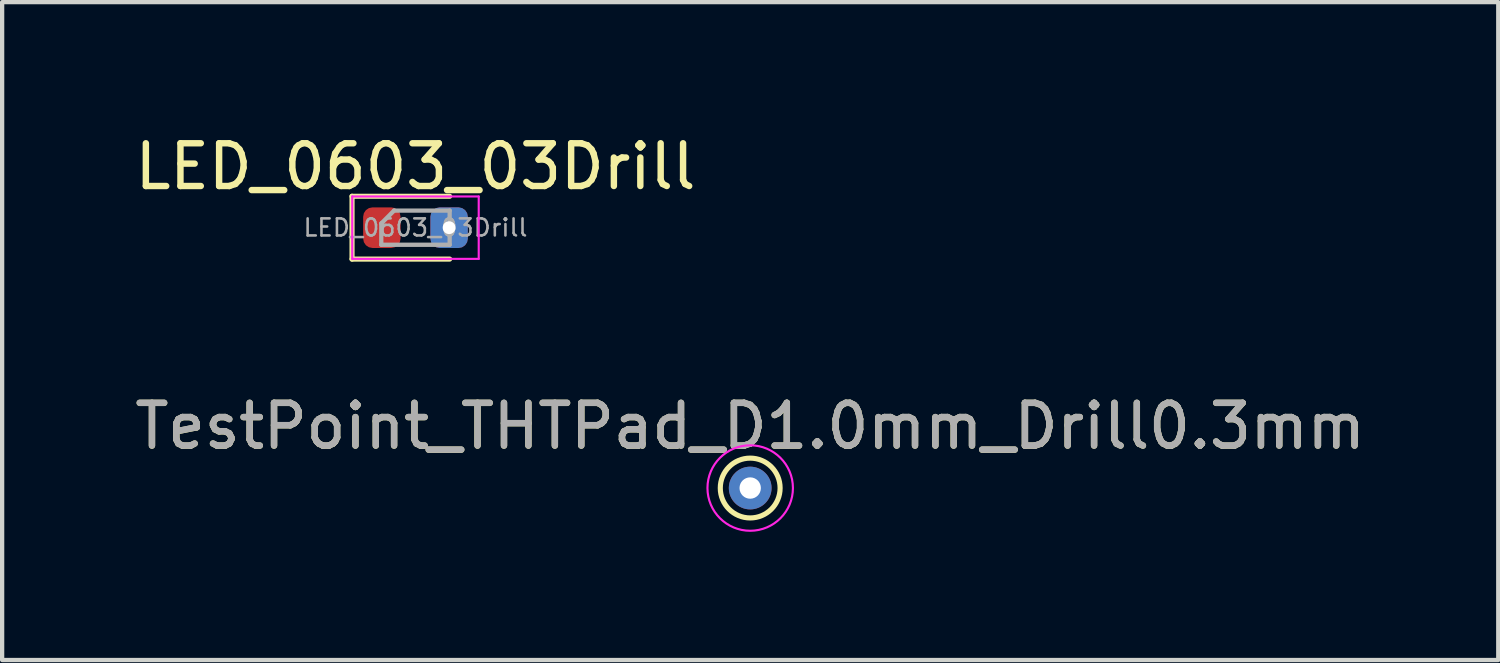
<source format=kicad_pcb>
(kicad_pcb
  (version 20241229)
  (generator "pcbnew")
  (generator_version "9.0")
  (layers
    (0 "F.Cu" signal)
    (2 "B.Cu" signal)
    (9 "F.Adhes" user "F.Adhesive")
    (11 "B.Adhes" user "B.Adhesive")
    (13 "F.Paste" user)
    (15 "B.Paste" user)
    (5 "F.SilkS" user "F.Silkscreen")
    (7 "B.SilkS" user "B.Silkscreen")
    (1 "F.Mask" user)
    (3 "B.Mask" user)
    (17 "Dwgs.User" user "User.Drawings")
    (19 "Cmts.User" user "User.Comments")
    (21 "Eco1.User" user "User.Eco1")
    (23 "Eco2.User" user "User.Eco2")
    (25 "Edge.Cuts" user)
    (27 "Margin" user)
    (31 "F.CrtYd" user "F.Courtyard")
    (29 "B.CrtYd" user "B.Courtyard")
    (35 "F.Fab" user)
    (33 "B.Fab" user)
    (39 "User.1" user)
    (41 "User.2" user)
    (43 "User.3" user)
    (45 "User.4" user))
  (footprint "LED_0603_03Drill"
    (layer "F.Cu")
    (at 6.673 2.278)
    (property "Reference" "LED_0603_03Drill" (at 0 -1.43 0) (layer "F.SilkS") (effects (font (size 1 1) (thickness 0.15))))
    (attr smd)
    (fp_line (start -1.485 -0.735) (end -1.485 0.735) (stroke (width 0.12) (type solid)) (layer "F.SilkS"))
    (fp_line (start -1.485 0.735) (end 0.8 0.735) (stroke (width 0.12) (type solid)) (layer "F.SilkS"))
    (fp_line (start 0.8 -0.735) (end -1.485 -0.735) (stroke (width 0.12) (type solid)) (layer "F.SilkS"))
    (fp_line (start -1.48 -0.73) (end 1.48 -0.73) (stroke (width 0.05) (type solid)) (layer "F.CrtYd"))
    (fp_line (start -1.48 0.73) (end -1.48 -0.73) (stroke (width 0.05) (type solid)) (layer "F.CrtYd"))
    (fp_line (start 1.48 -0.73) (end 1.48 0.73) (stroke (width 0.05) (type solid)) (layer "F.CrtYd"))
    (fp_line (start 1.48 0.73) (end -1.48 0.73) (stroke (width 0.05) (type solid)) (layer "F.CrtYd"))
    (fp_line (start -0.8 -0.1) (end -0.8 0.4) (stroke (width 0.1) (type solid)) (layer "F.Fab"))
    (fp_line (start -0.8 0.4) (end 0.8 0.4) (stroke (width 0.1) (type solid)) (layer "F.Fab"))
    (fp_line (start -0.5 -0.4) (end -0.8 -0.1) (stroke (width 0.1) (type solid)) (layer "F.Fab"))
    (fp_line (start 0.8 -0.4) (end -0.5 -0.4) (stroke (width 0.1) (type solid)) (layer "F.Fab"))
    (fp_line (start 0.8 0.4) (end 0.8 -0.4) (stroke (width 0.1) (type solid)) (layer "F.Fab"))
    (fp_text user "${REFERENCE}" (at 0 0 0) (layer "F.Fab") (effects (font (size 0.4 0.4) (thickness 0.06))))
    (pad "1" smd roundrect (at -0.787 0) (size 0.875 0.95) (layers "F.Cu" "F.Mask" "F.Paste") (roundrect_rratio 0.25))
    (pad "2" thru_hole roundrect (at 0.787 0) (size 0.875 0.95) (drill 0.3) (layers "*.Cu" "*.Mask") (roundrect_rratio 0.25)))
  (footprint "TestPoint_THTPad_D1.0mm_Drill0.3mm"
    (layer "F.Cu")
    (at 14.506 8.371)
    (property "Reference" "TestPoint_THTPad_D1.0mm_Drill0.3mm" (at 0 -1.448 0) (layer "F.SilkS") (effects (font (size 1 1) (thickness 0.15))))
    (attr exclude_from_pos_files exclude_from_bom)
    (fp_circle (center 0 0) (end 0 0.7) (stroke (width 0.12) (type solid)) (fill no) (layer "F.SilkS"))
    (fp_circle (center 0 0) (end 1 0) (stroke (width 0.05) (type solid)) (fill no) (layer "F.CrtYd"))
    (fp_text user "${REFERENCE}" (at 0 -1.45 0) (layer "F.Fab") (effects (font (size 1 1) (thickness 0.15))))
    (pad "1" thru_hole circle (at 0 0) (size 1 1) (drill 0.5) (layers "*.Cu" "*.Mask")))
  (gr_rect
    (start -3 -3)
    (end 32.012 12.396)
    (stroke (width 0.1) (type default))
    (fill no)
    (layer "Edge.Cuts")))
</source>
